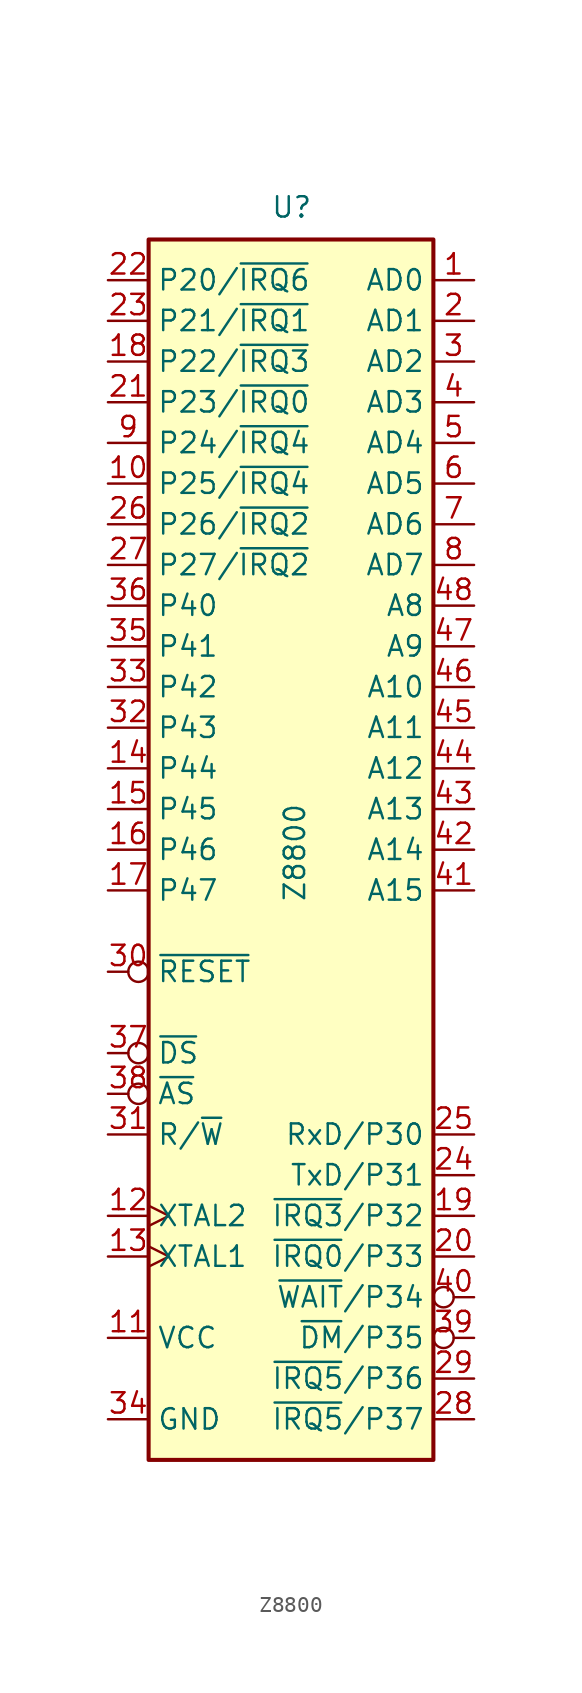
<source format=kicad_sym>
(kicad_symbol_lib
  (version 20231120)
  (generator "kicad_symbol_editor")
  (generator_version "8.0")
  (symbol "Z8800"
    (property "Reference" "U"
      (at -1.27 39.37 0)
      (effects (font (size 1.27 1.27)) (justify left bottom)))
    (property "Value" "Z8800"
      (at -0.508 -3.302 90)
      (effects (font (size 1.27 1.27)) (justify left top)))
    (symbol "Z8800_0_0"
      (pin bidirectional line (at -11.43 5.08 0) (length 2.54) (name "P44" (effects (font (size 1.27 1.27)))) (number "14" (effects (font (size 1.27 1.27)))))
      (pin bidirectional line (at -11.43 2.54 0) (length 2.54) (name "P45" (effects (font (size 1.27 1.27)))) (number "15" (effects (font (size 1.27 1.27)))))
      (pin bidirectional line (at -11.43 0 0) (length 2.54) (name "P46" (effects (font (size 1.27 1.27)))) (number "16" (effects (font (size 1.27 1.27)))))
      (pin bidirectional line (at -11.43 -2.54 0) (length 2.54) (name "P47" (effects (font (size 1.27 1.27)))) (number "17" (effects (font (size 1.27 1.27)))))
      (pin bidirectional line (at -11.43 7.62 0) (length 2.54) (name "P43" (effects (font (size 1.27 1.27)))) (number "32" (effects (font (size 1.27 1.27)))))
      (pin bidirectional line (at -11.43 10.16 0) (length 2.54) (name "P42" (effects (font (size 1.27 1.27)))) (number "33" (effects (font (size 1.27 1.27)))))
      (pin bidirectional line (at -11.43 15.24 0) (length 2.54) (name "P40" (effects (font (size 1.27 1.27)))) (number "36" (effects (font (size 1.27 1.27))))))
    (symbol "Z8800_0_1"
      (rectangle (start -8.89 -38.1) (end 8.89 38.1) (stroke (width 0.254) (type default)) (fill (type background))))
    (symbol "Z8800_1_0"
      (pin bidirectional line (at 11.43 -35.56 180) (length 2.54) (name "~{IRQ5}/P37" (effects (font (size 1.27 1.27)))) (number "28" (effects (font (size 1.27 1.27)))))
      (pin bidirectional line (at 11.43 -33.02 180) (length 2.54) (name "~{IRQ5}/P36" (effects (font (size 1.27 1.27)))) (number "29" (effects (font (size 1.27 1.27))))))
    (symbol "Z8800_1_1"
      (pin bidirectional line (at 11.43 35.56 180) (length 2.54) (name "AD0" (effects (font (size 1.27 1.27)))) (number "1" (effects (font (size 1.27 1.27)))))
      (pin bidirectional line (at -11.43 22.86 0) (length 2.54) (name "P25/~{IRQ4}" (effects (font (size 1.27 1.27)))) (number "10" (effects (font (size 1.27 1.27)))))
      (pin power_in line (at -11.43 -30.48 0) (length 2.54) (name "VCC" (effects (font (size 1.27 1.27)))) (number "11" (effects (font (size 1.27 1.27)))))
      (pin output clock (at -11.43 -22.86 0) (length 2.54) (name "XTAL2" (effects (font (size 1.27 1.27)))) (number "12" (effects (font (size 1.27 1.27)))))
      (pin input clock (at -11.43 -25.4 0) (length 2.54) (name "XTAL1" (effects (font (size 1.27 1.27)))) (number "13" (effects (font (size 1.27 1.27)))))
      (pin bidirectional line (at -11.43 30.48 0) (length 2.54) (name "P22/~{IRQ3}" (effects (font (size 1.27 1.27)))) (number "18" (effects (font (size 1.27 1.27)))))
      (pin bidirectional line (at 11.43 -22.86 180) (length 2.54) (name "~{IRQ3}/P32" (effects (font (size 1.27 1.27)))) (number "19" (effects (font (size 1.27 1.27)))))
      (pin bidirectional line (at 11.43 33.02 180) (length 2.54) (name "AD1" (effects (font (size 1.27 1.27)))) (number "2" (effects (font (size 1.27 1.27)))))
      (pin bidirectional line (at 11.43 -25.4 180) (length 2.54) (name "~{IRQ0}/P33" (effects (font (size 1.27 1.27)))) (number "20" (effects (font (size 1.27 1.27)))))
      (pin bidirectional line (at -11.43 27.94 0) (length 2.54) (name "P23/~{IRQ0}" (effects (font (size 1.27 1.27)))) (number "21" (effects (font (size 1.27 1.27)))))
      (pin bidirectional line (at -11.43 35.56 0) (length 2.54) (name "P20/~{IRQ6}" (effects (font (size 1.27 1.27)))) (number "22" (effects (font (size 1.27 1.27)))))
      (pin bidirectional line (at -11.43 33.02 0) (length 2.54) (name "P21/~{IRQ1}" (effects (font (size 1.27 1.27)))) (number "23" (effects (font (size 1.27 1.27)))))
      (pin output line (at 11.43 -20.32 180) (length 2.54) (name "TxD/P31" (effects (font (size 1.27 1.27)))) (number "24" (effects (font (size 1.27 1.27)))))
      (pin input line (at 11.43 -17.78 180) (length 2.54) (name "RxD/P30" (effects (font (size 1.27 1.27)))) (number "25" (effects (font (size 1.27 1.27)))))
      (pin bidirectional line (at -11.43 20.32 0) (length 2.54) (name "P26/~{IRQ2}" (effects (font (size 1.27 1.27)))) (number "26" (effects (font (size 1.27 1.27)))))
      (pin bidirectional line (at -11.43 17.78 0) (length 2.54) (name "P27/~{IRQ2}" (effects (font (size 1.27 1.27)))) (number "27" (effects (font (size 1.27 1.27)))))
      (pin bidirectional line (at 11.43 30.48 180) (length 2.54) (name "AD2" (effects (font (size 1.27 1.27)))) (number "3" (effects (font (size 1.27 1.27)))))
      (pin input inverted (at -11.43 -7.62 0) (length 2.54) (name "~{RESET}" (effects (font (size 1.27 1.27)))) (number "30" (effects (font (size 1.27 1.27)))))
      (pin output line (at -11.43 -17.78 0) (length 2.54) (name "R/~{W}" (effects (font (size 1.27 1.27)))) (number "31" (effects (font (size 1.27 1.27)))))
      (pin power_in line (at -11.43 -35.56 0) (length 2.54) (name "GND" (effects (font (size 1.27 1.27)))) (number "34" (effects (font (size 1.27 1.27)))))
      (pin bidirectional line (at -11.43 12.7 0) (length 2.54) (name "P41" (effects (font (size 1.27 1.27)))) (number "35" (effects (font (size 1.27 1.27)))))
      (pin output inverted (at -11.43 -12.7 0) (length 2.54) (name "~{DS}" (effects (font (size 1.27 1.27)))) (number "37" (effects (font (size 1.27 1.27)))))
      (pin output inverted (at -11.43 -15.24 0) (length 2.54) (name "~{AS}" (effects (font (size 1.27 1.27)))) (number "38" (effects (font (size 1.27 1.27)))))
      (pin output inverted (at 11.43 -30.48 180) (length 2.54) (name "~{DM}/P35" (effects (font (size 1.27 1.27)))) (number "39" (effects (font (size 1.27 1.27)))))
      (pin bidirectional line (at 11.43 27.94 180) (length 2.54) (name "AD3" (effects (font (size 1.27 1.27)))) (number "4" (effects (font (size 1.27 1.27)))))
      (pin input inverted (at 11.43 -27.94 180) (length 2.54) (name "~{WAIT}/P34" (effects (font (size 1.27 1.27)))) (number "40" (effects (font (size 1.27 1.27)))))
      (pin output line (at 11.43 -2.54 180) (length 2.54) (name "A15" (effects (font (size 1.27 1.27)))) (number "41" (effects (font (size 1.27 1.27)))))
      (pin output line (at 11.43 0 180) (length 2.54) (name "A14" (effects (font (size 1.27 1.27)))) (number "42" (effects (font (size 1.27 1.27)))))
      (pin output line (at 11.43 2.54 180) (length 2.54) (name "A13" (effects (font (size 1.27 1.27)))) (number "43" (effects (font (size 1.27 1.27)))))
      (pin output line (at 11.43 5.08 180) (length 2.54) (name "A12" (effects (font (size 1.27 1.27)))) (number "44" (effects (font (size 1.27 1.27)))))
      (pin output line (at 11.43 7.62 180) (length 2.54) (name "A11" (effects (font (size 1.27 1.27)))) (number "45" (effects (font (size 1.27 1.27)))))
      (pin output line (at 11.43 10.16 180) (length 2.54) (name "A10" (effects (font (size 1.27 1.27)))) (number "46" (effects (font (size 1.27 1.27)))))
      (pin output line (at 11.43 12.7 180) (length 2.54) (name "A9" (effects (font (size 1.27 1.27)))) (number "47" (effects (font (size 1.27 1.27)))))
      (pin output line (at 11.43 15.24 180) (length 2.54) (name "A8" (effects (font (size 1.27 1.27)))) (number "48" (effects (font (size 1.27 1.27)))))
      (pin bidirectional line (at 11.43 25.4 180) (length 2.54) (name "AD4" (effects (font (size 1.27 1.27)))) (number "5" (effects (font (size 1.27 1.27)))))
      (pin bidirectional line (at 11.43 22.86 180) (length 2.54) (name "AD5" (effects (font (size 1.27 1.27)))) (number "6" (effects (font (size 1.27 1.27)))))
      (pin bidirectional line (at 11.43 20.32 180) (length 2.54) (name "AD6" (effects (font (size 1.27 1.27)))) (number "7" (effects (font (size 1.27 1.27)))))
      (pin bidirectional line (at 11.43 17.78 180) (length 2.54) (name "AD7" (effects (font (size 1.27 1.27)))) (number "8" (effects (font (size 1.27 1.27)))))
      (pin bidirectional line (at -11.43 25.4 0) (length 2.54) (name "P24/~{IRQ4}" (effects (font (size 1.27 1.27)))) (number "9" (effects (font (size 1.27 1.27))))))))
</source>
